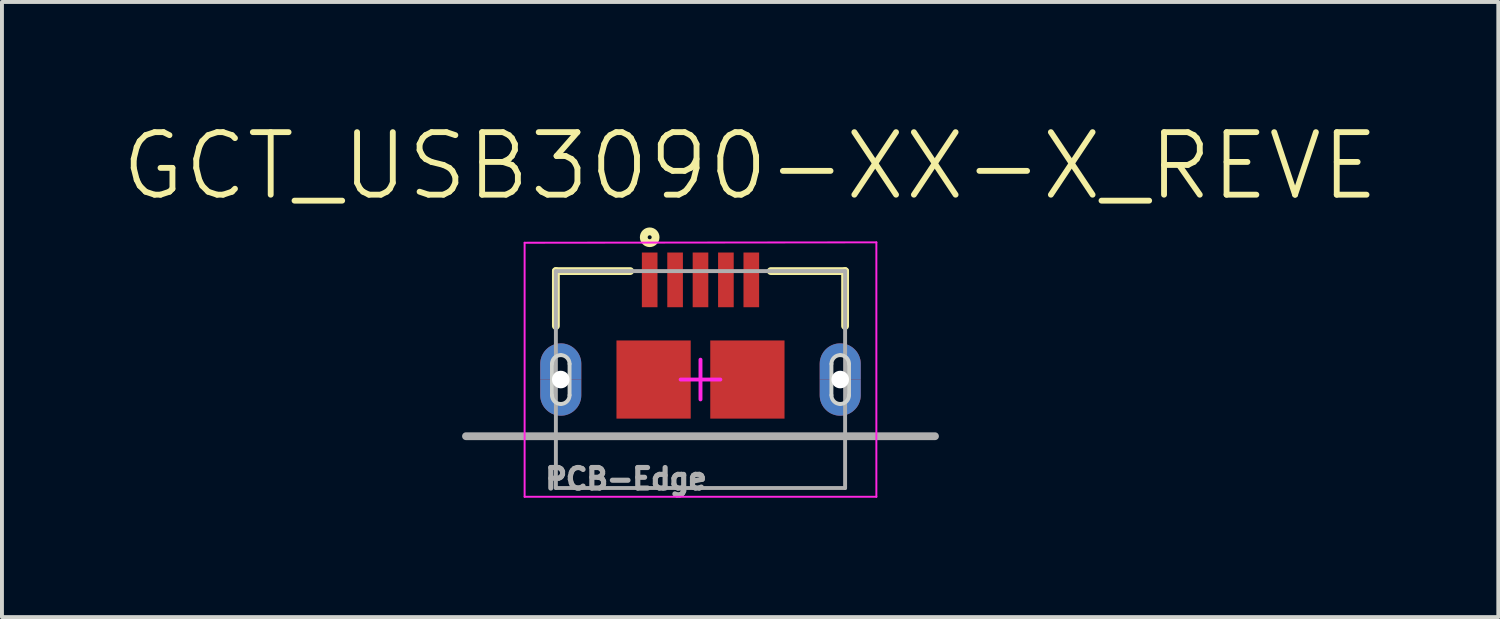
<source format=kicad_pcb>
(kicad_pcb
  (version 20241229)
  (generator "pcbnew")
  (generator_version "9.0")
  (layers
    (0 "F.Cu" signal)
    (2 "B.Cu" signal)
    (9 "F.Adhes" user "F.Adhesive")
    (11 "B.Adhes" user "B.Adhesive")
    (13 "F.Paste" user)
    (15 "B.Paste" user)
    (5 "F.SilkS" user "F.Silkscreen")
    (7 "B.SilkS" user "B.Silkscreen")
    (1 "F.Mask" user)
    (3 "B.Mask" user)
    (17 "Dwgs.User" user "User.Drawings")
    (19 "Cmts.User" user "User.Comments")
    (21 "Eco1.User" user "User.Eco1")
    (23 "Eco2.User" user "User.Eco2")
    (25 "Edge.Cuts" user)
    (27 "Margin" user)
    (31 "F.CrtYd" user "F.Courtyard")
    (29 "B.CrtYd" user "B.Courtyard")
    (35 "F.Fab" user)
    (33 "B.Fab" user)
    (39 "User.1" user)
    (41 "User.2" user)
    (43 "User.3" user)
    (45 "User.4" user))
  (footprint "GCT_USB3090-XX-X_REVE"
    (layer "F.Cu")
    (at 14.873 6.661)
    (property "Reference" "GCT_USB3090-XX-X_REVE" (at 1.27 -5.462 0) (layer "F.SilkS") (effects (font (size 1.6 1.6) (thickness 0.15))))
    (attr through_hole)
    (fp_poly (pts (xy -3.35 0) (xy -3.35 0.4) (xy -3.35 0.412) (xy -3.351 0.424) (xy -3.353 0.435) (xy -3.355 0.447) (xy -3.358 0.458) (xy -3.361 0.47) (xy -3.365 0.481) (xy -3.369 0.492) (xy -3.375 0.502) (xy -3.38 0.512) (xy -3.386 0.523) (xy -3.393 0.532) (xy -3.4 0.542) (xy -3.408 0.551) (xy -3.416 0.559) (xy -3.424 0.567) (xy -3.433 0.575) (xy -3.443 0.582) (xy -3.452 0.589) (xy -3.463 0.595) (xy -3.473 0.6) (xy -3.483 0.606) (xy -3.494 0.61) (xy -3.505 0.614) (xy -3.517 0.617) (xy -3.528 0.62) (xy -3.54 0.622) (xy -3.551 0.624) (xy -3.563 0.625) (xy -3.575 0.625) (xy -3.587 0.625) (xy -3.599 0.624) (xy -3.61 0.622) (xy -3.622 0.62) (xy -3.633 0.617) (xy -3.645 0.614) (xy -3.656 0.61) (xy -3.667 0.606) (xy -3.677 0.6) (xy -3.688 0.595) (xy -3.698 0.589) (xy -3.707 0.582) (xy -3.717 0.575) (xy -3.726 0.567) (xy -3.734 0.559) (xy -3.742 0.551) (xy -3.75 0.542) (xy -3.757 0.532) (xy -3.764 0.523) (xy -3.77 0.513) (xy -3.775 0.502) (xy -3.781 0.492) (xy -3.785 0.481) (xy -3.789 0.47) (xy -3.792 0.458) (xy -3.795 0.447) (xy -3.797 0.435) (xy -3.799 0.424) (xy -3.8 0.412) (xy -3.8 0.4) (xy -3.8 0) (xy -4.1 0) (xy -4.1 0.4) (xy -4.099 0.427) (xy -4.097 0.455) (xy -4.094 0.482) (xy -4.089 0.509) (xy -4.082 0.536) (xy -4.074 0.562) (xy -4.065 0.588) (xy -4.055 0.614) (xy -4.043 0.638) (xy -4.03 0.663) (xy -4.015 0.686) (xy -4 0.709) (xy -3.983 0.73) (xy -3.965 0.751) (xy -3.946 0.771) (xy -3.926 0.79) (xy -3.905 0.808) (xy -3.884 0.825) (xy -3.861 0.84) (xy -3.837 0.855) (xy -3.813 0.868) (xy -3.789 0.88) (xy -3.763 0.89) (xy -3.737 0.899) (xy -3.711 0.907) (xy -3.684 0.914) (xy -3.657 0.919) (xy -3.63 0.922) (xy -3.602 0.924) (xy -3.575 0.925) (xy -3.548 0.924) (xy -3.52 0.922) (xy -3.493 0.919) (xy -3.466 0.914) (xy -3.439 0.907) (xy -3.413 0.899) (xy -3.387 0.89) (xy -3.361 0.88) (xy -3.337 0.868) (xy -3.313 0.855) (xy -3.289 0.84) (xy -3.266 0.825) (xy -3.245 0.808) (xy -3.224 0.79) (xy -3.204 0.771) (xy -3.185 0.751) (xy -3.167 0.73) (xy -3.15 0.709) (xy -3.135 0.686) (xy -3.12 0.662) (xy -3.107 0.638) (xy -3.095 0.614) (xy -3.085 0.588) (xy -3.076 0.562) (xy -3.068 0.536) (xy -3.061 0.509) (xy -3.056 0.482) (xy -3.053 0.455) (xy -3.051 0.427) (xy -3.05 0.4) (xy -3.05 0) (xy -3.35 0)) (stroke (width 0.001) (type solid)) (fill yes) (layer "F.Cu"))
    (fp_poly (pts (xy 3.8 0) (xy 3.8 0.4) (xy 3.8 0.412) (xy 3.799 0.424) (xy 3.797 0.435) (xy 3.795 0.447) (xy 3.792 0.458) (xy 3.789 0.47) (xy 3.785 0.481) (xy 3.781 0.492) (xy 3.775 0.502) (xy 3.77 0.513) (xy 3.764 0.523) (xy 3.757 0.532) (xy 3.75 0.542) (xy 3.742 0.551) (xy 3.734 0.559) (xy 3.726 0.567) (xy 3.717 0.575) (xy 3.707 0.582) (xy 3.698 0.589) (xy 3.688 0.595) (xy 3.677 0.6) (xy 3.667 0.606) (xy 3.656 0.61) (xy 3.645 0.614) (xy 3.633 0.617) (xy 3.622 0.62) (xy 3.61 0.622) (xy 3.599 0.624) (xy 3.587 0.625) (xy 3.575 0.625) (xy 3.563 0.625) (xy 3.551 0.624) (xy 3.54 0.622) (xy 3.528 0.62) (xy 3.517 0.617) (xy 3.505 0.614) (xy 3.494 0.61) (xy 3.483 0.606) (xy 3.473 0.6) (xy 3.463 0.595) (xy 3.452 0.589) (xy 3.443 0.582) (xy 3.433 0.575) (xy 3.424 0.567) (xy 3.416 0.559) (xy 3.408 0.551) (xy 3.4 0.542) (xy 3.393 0.532) (xy 3.386 0.523) (xy 3.38 0.512) (xy 3.375 0.502) (xy 3.369 0.492) (xy 3.365 0.481) (xy 3.361 0.47) (xy 3.358 0.458) (xy 3.355 0.447) (xy 3.353 0.435) (xy 3.351 0.424) (xy 3.35 0.412) (xy 3.35 0.4) (xy 3.35 0) (xy 3.05 0) (xy 3.05 0.4) (xy 3.051 0.427) (xy 3.053 0.455) (xy 3.056 0.482) (xy 3.061 0.509) (xy 3.068 0.536) (xy 3.076 0.562) (xy 3.085 0.588) (xy 3.095 0.614) (xy 3.107 0.638) (xy 3.12 0.662) (xy 3.135 0.686) (xy 3.15 0.709) (xy 3.167 0.73) (xy 3.185 0.751) (xy 3.204 0.771) (xy 3.224 0.79) (xy 3.245 0.808) (xy 3.266 0.825) (xy 3.289 0.84) (xy 3.313 0.855) (xy 3.337 0.868) (xy 3.361 0.88) (xy 3.387 0.89) (xy 3.413 0.899) (xy 3.439 0.907) (xy 3.466 0.914) (xy 3.493 0.919) (xy 3.52 0.922) (xy 3.548 0.924) (xy 3.575 0.925) (xy 3.602 0.924) (xy 3.63 0.922) (xy 3.657 0.919) (xy 3.684 0.914) (xy 3.711 0.907) (xy 3.737 0.899) (xy 3.763 0.89) (xy 3.789 0.88) (xy 3.813 0.868) (xy 3.837 0.855) (xy 3.861 0.84) (xy 3.884 0.825) (xy 3.905 0.808) (xy 3.926 0.79) (xy 3.946 0.771) (xy 3.965 0.751) (xy 3.983 0.73) (xy 4 0.709) (xy 4.015 0.686) (xy 4.03 0.663) (xy 4.043 0.638) (xy 4.055 0.614) (xy 4.065 0.588) (xy 4.074 0.562) (xy 4.082 0.536) (xy 4.089 0.509) (xy 4.094 0.482) (xy 4.097 0.455) (xy 4.099 0.427) (xy 4.1 0.4) (xy 4.1 0) (xy 3.8 0)) (stroke (width 0.001) (type solid)) (fill yes) (layer "F.Cu"))
    (fp_poly (pts (xy -4.306 -1.15) (xy -2.85 -1.15) (xy -2.85 1.152) (xy -4.306 1.152)) (stroke (width 0.01) (type solid)) (fill yes) (layer "F.Mask"))
    (fp_poly (pts (xy 2.855 -1.15) (xy 4.3 -1.15) (xy 4.3 1.152) (xy 2.855 1.152)) (stroke (width 0.01) (type solid)) (fill yes) (layer "F.Mask"))
    (fp_poly (pts (xy -3.8 0) (xy -3.8 -0.4) (xy -3.8 -0.412) (xy -3.799 -0.424) (xy -3.797 -0.435) (xy -3.795 -0.447) (xy -3.792 -0.458) (xy -3.789 -0.47) (xy -3.785 -0.481) (xy -3.781 -0.492) (xy -3.775 -0.502) (xy -3.77 -0.513) (xy -3.764 -0.523) (xy -3.757 -0.532) (xy -3.75 -0.542) (xy -3.742 -0.551) (xy -3.734 -0.559) (xy -3.726 -0.567) (xy -3.717 -0.575) (xy -3.707 -0.582) (xy -3.698 -0.589) (xy -3.688 -0.595) (xy -3.677 -0.6) (xy -3.667 -0.606) (xy -3.656 -0.61) (xy -3.645 -0.614) (xy -3.633 -0.617) (xy -3.622 -0.62) (xy -3.61 -0.622) (xy -3.599 -0.624) (xy -3.587 -0.625) (xy -3.575 -0.625) (xy -3.563 -0.625) (xy -3.551 -0.624) (xy -3.54 -0.622) (xy -3.528 -0.62) (xy -3.517 -0.617) (xy -3.505 -0.614) (xy -3.494 -0.61) (xy -3.483 -0.606) (xy -3.473 -0.6) (xy -3.463 -0.595) (xy -3.452 -0.589) (xy -3.443 -0.582) (xy -3.433 -0.575) (xy -3.424 -0.567) (xy -3.416 -0.559) (xy -3.408 -0.551) (xy -3.4 -0.542) (xy -3.393 -0.532) (xy -3.386 -0.523) (xy -3.38 -0.512) (xy -3.375 -0.502) (xy -3.369 -0.492) (xy -3.365 -0.481) (xy -3.361 -0.47) (xy -3.358 -0.458) (xy -3.355 -0.447) (xy -3.353 -0.435) (xy -3.351 -0.424) (xy -3.35 -0.412) (xy -3.35 -0.4) (xy -3.35 0) (xy -3.05 0) (xy -3.05 -0.4) (xy -3.051 -0.427) (xy -3.053 -0.455) (xy -3.056 -0.482) (xy -3.061 -0.509) (xy -3.068 -0.536) (xy -3.076 -0.562) (xy -3.085 -0.588) (xy -3.095 -0.614) (xy -3.107 -0.638) (xy -3.12 -0.662) (xy -3.135 -0.686) (xy -3.15 -0.709) (xy -3.167 -0.73) (xy -3.185 -0.751) (xy -3.204 -0.771) (xy -3.224 -0.79) (xy -3.245 -0.808) (xy -3.266 -0.825) (xy -3.289 -0.84) (xy -3.313 -0.855) (xy -3.337 -0.868) (xy -3.361 -0.88) (xy -3.387 -0.89) (xy -3.413 -0.899) (xy -3.439 -0.907) (xy -3.466 -0.914) (xy -3.493 -0.919) (xy -3.52 -0.922) (xy -3.548 -0.924) (xy -3.575 -0.925) (xy -3.602 -0.924) (xy -3.63 -0.922) (xy -3.657 -0.919) (xy -3.684 -0.914) (xy -3.711 -0.907) (xy -3.737 -0.899) (xy -3.763 -0.89) (xy -3.789 -0.88) (xy -3.813 -0.868) (xy -3.837 -0.855) (xy -3.861 -0.84) (xy -3.884 -0.825) (xy -3.905 -0.808) (xy -3.926 -0.79) (xy -3.946 -0.771) (xy -3.965 -0.751) (xy -3.983 -0.73) (xy -4 -0.709) (xy -4.015 -0.686) (xy -4.03 -0.663) (xy -4.043 -0.638) (xy -4.055 -0.614) (xy -4.065 -0.588) (xy -4.074 -0.562) (xy -4.082 -0.536) (xy -4.089 -0.509) (xy -4.094 -0.482) (xy -4.097 -0.455) (xy -4.099 -0.427) (xy -4.1 -0.4) (xy -4.1 0) (xy -3.8 0)) (stroke (width 0.001) (type solid)) (fill yes) (layer "B.Cu"))
    (fp_poly (pts (xy -3.35 0) (xy -3.35 0.4) (xy -3.35 0.412) (xy -3.351 0.424) (xy -3.353 0.435) (xy -3.355 0.447) (xy -3.358 0.458) (xy -3.361 0.47) (xy -3.365 0.481) (xy -3.369 0.492) (xy -3.375 0.502) (xy -3.38 0.512) (xy -3.386 0.523) (xy -3.393 0.532) (xy -3.4 0.542) (xy -3.408 0.551) (xy -3.416 0.559) (xy -3.424 0.567) (xy -3.433 0.575) (xy -3.443 0.582) (xy -3.452 0.589) (xy -3.463 0.595) (xy -3.473 0.6) (xy -3.483 0.606) (xy -3.494 0.61) (xy -3.505 0.614) (xy -3.517 0.617) (xy -3.528 0.62) (xy -3.54 0.622) (xy -3.551 0.624) (xy -3.563 0.625) (xy -3.575 0.625) (xy -3.587 0.625) (xy -3.599 0.624) (xy -3.61 0.622) (xy -3.622 0.62) (xy -3.633 0.617) (xy -3.645 0.614) (xy -3.656 0.61) (xy -3.667 0.606) (xy -3.677 0.6) (xy -3.688 0.595) (xy -3.698 0.589) (xy -3.707 0.582) (xy -3.717 0.575) (xy -3.726 0.567) (xy -3.734 0.559) (xy -3.742 0.551) (xy -3.75 0.542) (xy -3.757 0.532) (xy -3.764 0.523) (xy -3.77 0.513) (xy -3.775 0.502) (xy -3.781 0.492) (xy -3.785 0.481) (xy -3.789 0.47) (xy -3.792 0.458) (xy -3.795 0.447) (xy -3.797 0.435) (xy -3.799 0.424) (xy -3.8 0.412) (xy -3.8 0.4) (xy -3.8 0) (xy -4.1 0) (xy -4.1 0.4) (xy -4.099 0.427) (xy -4.097 0.455) (xy -4.094 0.482) (xy -4.089 0.509) (xy -4.082 0.536) (xy -4.074 0.562) (xy -4.065 0.588) (xy -4.055 0.614) (xy -4.043 0.638) (xy -4.03 0.663) (xy -4.015 0.686) (xy -4 0.709) (xy -3.983 0.73) (xy -3.965 0.751) (xy -3.946 0.771) (xy -3.926 0.79) (xy -3.905 0.808) (xy -3.884 0.825) (xy -3.861 0.84) (xy -3.837 0.855) (xy -3.813 0.868) (xy -3.789 0.88) (xy -3.763 0.89) (xy -3.737 0.899) (xy -3.711 0.907) (xy -3.684 0.914) (xy -3.657 0.919) (xy -3.63 0.922) (xy -3.602 0.924) (xy -3.575 0.925) (xy -3.548 0.924) (xy -3.52 0.922) (xy -3.493 0.919) (xy -3.466 0.914) (xy -3.439 0.907) (xy -3.413 0.899) (xy -3.387 0.89) (xy -3.361 0.88) (xy -3.337 0.868) (xy -3.313 0.855) (xy -3.289 0.84) (xy -3.266 0.825) (xy -3.245 0.808) (xy -3.224 0.79) (xy -3.204 0.771) (xy -3.185 0.751) (xy -3.167 0.73) (xy -3.15 0.709) (xy -3.135 0.686) (xy -3.12 0.662) (xy -3.107 0.638) (xy -3.095 0.614) (xy -3.085 0.588) (xy -3.076 0.562) (xy -3.068 0.536) (xy -3.061 0.509) (xy -3.056 0.482) (xy -3.053 0.455) (xy -3.051 0.427) (xy -3.05 0.4) (xy -3.05 0) (xy -3.35 0)) (stroke (width 0.001) (type solid)) (fill yes) (layer "B.Cu"))
    (fp_poly (pts (xy 3.35 0) (xy 3.35 -0.4) (xy 3.35 -0.412) (xy 3.351 -0.424) (xy 3.353 -0.435) (xy 3.355 -0.447) (xy 3.358 -0.458) (xy 3.361 -0.47) (xy 3.365 -0.481) (xy 3.369 -0.492) (xy 3.375 -0.502) (xy 3.38 -0.512) (xy 3.386 -0.523) (xy 3.393 -0.532) (xy 3.4 -0.542) (xy 3.408 -0.551) (xy 3.416 -0.559) (xy 3.424 -0.567) (xy 3.433 -0.575) (xy 3.443 -0.582) (xy 3.452 -0.589) (xy 3.463 -0.595) (xy 3.473 -0.6) (xy 3.483 -0.606) (xy 3.494 -0.61) (xy 3.505 -0.614) (xy 3.517 -0.617) (xy 3.528 -0.62) (xy 3.54 -0.622) (xy 3.551 -0.624) (xy 3.563 -0.625) (xy 3.575 -0.625) (xy 3.587 -0.625) (xy 3.599 -0.624) (xy 3.61 -0.622) (xy 3.622 -0.62) (xy 3.633 -0.617) (xy 3.645 -0.614) (xy 3.656 -0.61) (xy 3.667 -0.606) (xy 3.677 -0.6) (xy 3.688 -0.595) (xy 3.698 -0.589) (xy 3.707 -0.582) (xy 3.717 -0.575) (xy 3.726 -0.567) (xy 3.734 -0.559) (xy 3.742 -0.551) (xy 3.75 -0.542) (xy 3.757 -0.532) (xy 3.764 -0.523) (xy 3.77 -0.513) (xy 3.775 -0.502) (xy 3.781 -0.492) (xy 3.785 -0.481) (xy 3.789 -0.47) (xy 3.792 -0.458) (xy 3.795 -0.447) (xy 3.797 -0.435) (xy 3.799 -0.424) (xy 3.8 -0.412) (xy 3.8 -0.4) (xy 3.8 0) (xy 4.1 0) (xy 4.1 -0.4) (xy 4.099 -0.427) (xy 4.097 -0.455) (xy 4.094 -0.482) (xy 4.089 -0.509) (xy 4.082 -0.536) (xy 4.074 -0.562) (xy 4.065 -0.588) (xy 4.055 -0.614) (xy 4.043 -0.638) (xy 4.03 -0.663) (xy 4.015 -0.686) (xy 4 -0.709) (xy 3.983 -0.73) (xy 3.965 -0.751) (xy 3.946 -0.771) (xy 3.926 -0.79) (xy 3.905 -0.808) (xy 3.884 -0.825) (xy 3.861 -0.84) (xy 3.837 -0.855) (xy 3.813 -0.868) (xy 3.789 -0.88) (xy 3.763 -0.89) (xy 3.737 -0.899) (xy 3.711 -0.907) (xy 3.684 -0.914) (xy 3.657 -0.919) (xy 3.63 -0.922) (xy 3.602 -0.924) (xy 3.575 -0.925) (xy 3.548 -0.924) (xy 3.52 -0.922) (xy 3.493 -0.919) (xy 3.466 -0.914) (xy 3.439 -0.907) (xy 3.413 -0.899) (xy 3.387 -0.89) (xy 3.361 -0.88) (xy 3.337 -0.868) (xy 3.313 -0.855) (xy 3.289 -0.84) (xy 3.266 -0.825) (xy 3.245 -0.808) (xy 3.224 -0.79) (xy 3.204 -0.771) (xy 3.185 -0.751) (xy 3.167 -0.73) (xy 3.15 -0.709) (xy 3.135 -0.686) (xy 3.12 -0.662) (xy 3.107 -0.638) (xy 3.095 -0.614) (xy 3.085 -0.588) (xy 3.076 -0.562) (xy 3.068 -0.536) (xy 3.061 -0.509) (xy 3.056 -0.482) (xy 3.053 -0.455) (xy 3.051 -0.427) (xy 3.05 -0.4) (xy 3.05 0) (xy 3.35 0)) (stroke (width 0.001) (type solid)) (fill yes) (layer "B.Cu"))
    (fp_poly (pts (xy 3.8 0) (xy 3.8 0.4) (xy 3.8 0.412) (xy 3.799 0.424) (xy 3.797 0.435) (xy 3.795 0.447) (xy 3.792 0.458) (xy 3.789 0.47) (xy 3.785 0.481) (xy 3.781 0.492) (xy 3.775 0.502) (xy 3.77 0.513) (xy 3.764 0.523) (xy 3.757 0.532) (xy 3.75 0.542) (xy 3.742 0.551) (xy 3.734 0.559) (xy 3.726 0.567) (xy 3.717 0.575) (xy 3.707 0.582) (xy 3.698 0.589) (xy 3.688 0.595) (xy 3.677 0.6) (xy 3.667 0.606) (xy 3.656 0.61) (xy 3.645 0.614) (xy 3.633 0.617) (xy 3.622 0.62) (xy 3.61 0.622) (xy 3.599 0.624) (xy 3.587 0.625) (xy 3.575 0.625) (xy 3.563 0.625) (xy 3.551 0.624) (xy 3.54 0.622) (xy 3.528 0.62) (xy 3.517 0.617) (xy 3.505 0.614) (xy 3.494 0.61) (xy 3.483 0.606) (xy 3.473 0.6) (xy 3.463 0.595) (xy 3.452 0.589) (xy 3.443 0.582) (xy 3.433 0.575) (xy 3.424 0.567) (xy 3.416 0.559) (xy 3.408 0.551) (xy 3.4 0.542) (xy 3.393 0.532) (xy 3.386 0.523) (xy 3.38 0.512) (xy 3.375 0.502) (xy 3.369 0.492) (xy 3.365 0.481) (xy 3.361 0.47) (xy 3.358 0.458) (xy 3.355 0.447) (xy 3.353 0.435) (xy 3.351 0.424) (xy 3.35 0.412) (xy 3.35 0.4) (xy 3.35 0) (xy 3.05 0) (xy 3.05 0.4) (xy 3.051 0.427) (xy 3.053 0.455) (xy 3.056 0.482) (xy 3.061 0.509) (xy 3.068 0.536) (xy 3.076 0.562) (xy 3.085 0.588) (xy 3.095 0.614) (xy 3.107 0.638) (xy 3.12 0.662) (xy 3.135 0.686) (xy 3.15 0.709) (xy 3.167 0.73) (xy 3.185 0.751) (xy 3.204 0.771) (xy 3.224 0.79) (xy 3.245 0.808) (xy 3.266 0.825) (xy 3.289 0.84) (xy 3.313 0.855) (xy 3.337 0.868) (xy 3.361 0.88) (xy 3.387 0.89) (xy 3.413 0.899) (xy 3.439 0.907) (xy 3.466 0.914) (xy 3.493 0.919) (xy 3.52 0.922) (xy 3.548 0.924) (xy 3.575 0.925) (xy 3.602 0.924) (xy 3.63 0.922) (xy 3.657 0.919) (xy 3.684 0.914) (xy 3.711 0.907) (xy 3.737 0.899) (xy 3.763 0.89) (xy 3.789 0.88) (xy 3.813 0.868) (xy 3.837 0.855) (xy 3.861 0.84) (xy 3.884 0.825) (xy 3.905 0.808) (xy 3.926 0.79) (xy 3.946 0.771) (xy 3.965 0.751) (xy 3.983 0.73) (xy 4 0.709) (xy 4.015 0.686) (xy 4.03 0.663) (xy 4.043 0.638) (xy 4.055 0.614) (xy 4.065 0.588) (xy 4.074 0.562) (xy 4.082 0.536) (xy 4.089 0.509) (xy 4.094 0.482) (xy 4.097 0.455) (xy 4.099 0.427) (xy 4.1 0.4) (xy 4.1 0) (xy 3.8 0)) (stroke (width 0.001) (type solid)) (fill yes) (layer "B.Cu"))
    (fp_poly (pts (xy -4.307 -1.15) (xy -2.85 -1.15) (xy -2.85 1.152) (xy -4.307 1.152)) (stroke (width 0.01) (type solid)) (fill yes) (layer "B.Mask"))
    (fp_poly (pts (xy 2.855 -1.15) (xy 4.3 -1.15) (xy 4.3 1.152) (xy 2.855 1.152)) (stroke (width 0.01) (type solid)) (fill yes) (layer "B.Mask"))
    (fp_line (start -3.7 -2.775) (end -1.8 -2.775) (stroke (width 0.2) (type solid)) (layer "F.SilkS"))
    (fp_line (start -3.7 -1.37) (end -3.7 -2.775) (stroke (width 0.2) (type solid)) (layer "F.SilkS"))
    (fp_line (start 1.8 -2.775) (end 3.7 -2.775) (stroke (width 0.2) (type solid)) (layer "F.SilkS"))
    (fp_line (start 3.7 -1.37) (end 3.7 -2.775) (stroke (width 0.2) (type solid)) (layer "F.SilkS"))
    (fp_circle (center -1.3 -3.64) (end -1.249 -3.64) (stroke (width 0.2) (type solid)) (fill no) (layer "F.SilkS"))
    (fp_poly (pts (xy -3.8 0) (xy -3.8 -0.4) (xy -3.8 -0.412) (xy -3.799 -0.424) (xy -3.797 -0.435) (xy -3.795 -0.447) (xy -3.792 -0.458) (xy -3.789 -0.47) (xy -3.785 -0.481) (xy -3.781 -0.492) (xy -3.775 -0.502) (xy -3.77 -0.513) (xy -3.764 -0.523) (xy -3.757 -0.532) (xy -3.75 -0.542) (xy -3.742 -0.551) (xy -3.734 -0.559) (xy -3.726 -0.567) (xy -3.717 -0.575) (xy -3.707 -0.582) (xy -3.698 -0.589) (xy -3.688 -0.595) (xy -3.677 -0.6) (xy -3.667 -0.606) (xy -3.656 -0.61) (xy -3.645 -0.614) (xy -3.633 -0.617) (xy -3.622 -0.62) (xy -3.61 -0.622) (xy -3.599 -0.624) (xy -3.587 -0.625) (xy -3.575 -0.625) (xy -3.563 -0.625) (xy -3.551 -0.624) (xy -3.54 -0.622) (xy -3.528 -0.62) (xy -3.517 -0.617) (xy -3.505 -0.614) (xy -3.494 -0.61) (xy -3.483 -0.606) (xy -3.473 -0.6) (xy -3.463 -0.595) (xy -3.452 -0.589) (xy -3.443 -0.582) (xy -3.433 -0.575) (xy -3.424 -0.567) (xy -3.416 -0.559) (xy -3.408 -0.551) (xy -3.4 -0.542) (xy -3.393 -0.532) (xy -3.386 -0.523) (xy -3.38 -0.512) (xy -3.375 -0.502) (xy -3.369 -0.492) (xy -3.365 -0.481) (xy -3.361 -0.47) (xy -3.358 -0.458) (xy -3.355 -0.447) (xy -3.353 -0.435) (xy -3.351 -0.424) (xy -3.35 -0.412) (xy -3.35 -0.4) (xy -3.35 0) (xy -3.05 0) (xy -3.05 -0.4) (xy -3.051 -0.427) (xy -3.053 -0.455) (xy -3.056 -0.482) (xy -3.061 -0.509) (xy -3.068 -0.536) (xy -3.076 -0.562) (xy -3.085 -0.588) (xy -3.095 -0.614) (xy -3.107 -0.638) (xy -3.12 -0.662) (xy -3.135 -0.686) (xy -3.15 -0.709) (xy -3.167 -0.73) (xy -3.185 -0.751) (xy -3.204 -0.771) (xy -3.224 -0.79) (xy -3.245 -0.808) (xy -3.266 -0.825) (xy -3.289 -0.84) (xy -3.313 -0.855) (xy -3.337 -0.868) (xy -3.361 -0.88) (xy -3.387 -0.89) (xy -3.413 -0.899) (xy -3.439 -0.907) (xy -3.466 -0.914) (xy -3.493 -0.919) (xy -3.52 -0.922) (xy -3.548 -0.924) (xy -3.575 -0.925) (xy -3.602 -0.924) (xy -3.63 -0.922) (xy -3.657 -0.919) (xy -3.684 -0.914) (xy -3.711 -0.907) (xy -3.737 -0.899) (xy -3.763 -0.89) (xy -3.789 -0.88) (xy -3.813 -0.868) (xy -3.837 -0.855) (xy -3.861 -0.84) (xy -3.884 -0.825) (xy -3.905 -0.808) (xy -3.926 -0.79) (xy -3.946 -0.771) (xy -3.965 -0.751) (xy -3.983 -0.73) (xy -4 -0.709) (xy -4.015 -0.686) (xy -4.03 -0.663) (xy -4.043 -0.638) (xy -4.055 -0.614) (xy -4.065 -0.588) (xy -4.074 -0.562) (xy -4.082 -0.536) (xy -4.089 -0.509) (xy -4.094 -0.482) (xy -4.097 -0.455) (xy -4.099 -0.427) (xy -4.1 -0.4) (xy -4.1 0) (xy -3.8 0)) (stroke (width 0.001) (type solid)) (fill yes) (layer "F.Paste"))
    (fp_poly (pts (xy -3.35 0) (xy -3.35 0.4) (xy -3.35 0.412) (xy -3.351 0.424) (xy -3.353 0.435) (xy -3.355 0.447) (xy -3.358 0.458) (xy -3.361 0.47) (xy -3.365 0.481) (xy -3.369 0.492) (xy -3.375 0.502) (xy -3.38 0.512) (xy -3.386 0.523) (xy -3.393 0.532) (xy -3.4 0.542) (xy -3.408 0.551) (xy -3.416 0.559) (xy -3.424 0.567) (xy -3.433 0.575) (xy -3.443 0.582) (xy -3.452 0.589) (xy -3.463 0.595) (xy -3.473 0.6) (xy -3.483 0.606) (xy -3.494 0.61) (xy -3.505 0.614) (xy -3.517 0.617) (xy -3.528 0.62) (xy -3.54 0.622) (xy -3.551 0.624) (xy -3.563 0.625) (xy -3.575 0.625) (xy -3.587 0.625) (xy -3.599 0.624) (xy -3.61 0.622) (xy -3.622 0.62) (xy -3.633 0.617) (xy -3.645 0.614) (xy -3.656 0.61) (xy -3.667 0.606) (xy -3.677 0.6) (xy -3.688 0.595) (xy -3.698 0.589) (xy -3.707 0.582) (xy -3.717 0.575) (xy -3.726 0.567) (xy -3.734 0.559) (xy -3.742 0.551) (xy -3.75 0.542) (xy -3.757 0.532) (xy -3.764 0.523) (xy -3.77 0.513) (xy -3.775 0.502) (xy -3.781 0.492) (xy -3.785 0.481) (xy -3.789 0.47) (xy -3.792 0.458) (xy -3.795 0.447) (xy -3.797 0.435) (xy -3.799 0.424) (xy -3.8 0.412) (xy -3.8 0.4) (xy -3.8 0) (xy -4.1 0) (xy -4.1 0.4) (xy -4.099 0.427) (xy -4.097 0.455) (xy -4.094 0.482) (xy -4.089 0.509) (xy -4.082 0.536) (xy -4.074 0.562) (xy -4.065 0.588) (xy -4.055 0.614) (xy -4.043 0.638) (xy -4.03 0.663) (xy -4.015 0.686) (xy -4 0.709) (xy -3.983 0.73) (xy -3.965 0.751) (xy -3.946 0.771) (xy -3.926 0.79) (xy -3.905 0.808) (xy -3.884 0.825) (xy -3.861 0.84) (xy -3.837 0.855) (xy -3.813 0.868) (xy -3.789 0.88) (xy -3.763 0.89) (xy -3.737 0.899) (xy -3.711 0.907) (xy -3.684 0.914) (xy -3.657 0.919) (xy -3.63 0.922) (xy -3.602 0.924) (xy -3.575 0.925) (xy -3.548 0.924) (xy -3.52 0.922) (xy -3.493 0.919) (xy -3.466 0.914) (xy -3.439 0.907) (xy -3.413 0.899) (xy -3.387 0.89) (xy -3.361 0.88) (xy -3.337 0.868) (xy -3.313 0.855) (xy -3.289 0.84) (xy -3.266 0.825) (xy -3.245 0.808) (xy -3.224 0.79) (xy -3.204 0.771) (xy -3.185 0.751) (xy -3.167 0.73) (xy -3.15 0.709) (xy -3.135 0.686) (xy -3.12 0.662) (xy -3.107 0.638) (xy -3.095 0.614) (xy -3.085 0.588) (xy -3.076 0.562) (xy -3.068 0.536) (xy -3.061 0.509) (xy -3.056 0.482) (xy -3.053 0.455) (xy -3.051 0.427) (xy -3.05 0.4) (xy -3.05 0) (xy -3.35 0)) (stroke (width 0.001) (type solid)) (fill yes) (layer "F.Paste"))
    (fp_poly (pts (xy 3.35 0) (xy 3.35 -0.4) (xy 3.35 -0.412) (xy 3.351 -0.424) (xy 3.353 -0.435) (xy 3.355 -0.447) (xy 3.358 -0.458) (xy 3.361 -0.47) (xy 3.365 -0.481) (xy 3.369 -0.492) (xy 3.375 -0.502) (xy 3.38 -0.512) (xy 3.386 -0.523) (xy 3.393 -0.532) (xy 3.4 -0.542) (xy 3.408 -0.551) (xy 3.416 -0.559) (xy 3.424 -0.567) (xy 3.433 -0.575) (xy 3.443 -0.582) (xy 3.452 -0.589) (xy 3.463 -0.595) (xy 3.473 -0.6) (xy 3.483 -0.606) (xy 3.494 -0.61) (xy 3.505 -0.614) (xy 3.517 -0.617) (xy 3.528 -0.62) (xy 3.54 -0.622) (xy 3.551 -0.624) (xy 3.563 -0.625) (xy 3.575 -0.625) (xy 3.587 -0.625) (xy 3.599 -0.624) (xy 3.61 -0.622) (xy 3.622 -0.62) (xy 3.633 -0.617) (xy 3.645 -0.614) (xy 3.656 -0.61) (xy 3.667 -0.606) (xy 3.677 -0.6) (xy 3.688 -0.595) (xy 3.698 -0.589) (xy 3.707 -0.582) (xy 3.717 -0.575) (xy 3.726 -0.567) (xy 3.734 -0.559) (xy 3.742 -0.551) (xy 3.75 -0.542) (xy 3.757 -0.532) (xy 3.764 -0.523) (xy 3.77 -0.513) (xy 3.775 -0.502) (xy 3.781 -0.492) (xy 3.785 -0.481) (xy 3.789 -0.47) (xy 3.792 -0.458) (xy 3.795 -0.447) (xy 3.797 -0.435) (xy 3.799 -0.424) (xy 3.8 -0.412) (xy 3.8 -0.4) (xy 3.8 0) (xy 4.1 0) (xy 4.1 -0.4) (xy 4.099 -0.427) (xy 4.097 -0.455) (xy 4.094 -0.482) (xy 4.089 -0.509) (xy 4.082 -0.536) (xy 4.074 -0.562) (xy 4.065 -0.588) (xy 4.055 -0.614) (xy 4.043 -0.638) (xy 4.03 -0.663) (xy 4.015 -0.686) (xy 4 -0.709) (xy 3.983 -0.73) (xy 3.965 -0.751) (xy 3.946 -0.771) (xy 3.926 -0.79) (xy 3.905 -0.808) (xy 3.884 -0.825) (xy 3.861 -0.84) (xy 3.837 -0.855) (xy 3.813 -0.868) (xy 3.789 -0.88) (xy 3.763 -0.89) (xy 3.737 -0.899) (xy 3.711 -0.907) (xy 3.684 -0.914) (xy 3.657 -0.919) (xy 3.63 -0.922) (xy 3.602 -0.924) (xy 3.575 -0.925) (xy 3.548 -0.924) (xy 3.52 -0.922) (xy 3.493 -0.919) (xy 3.466 -0.914) (xy 3.439 -0.907) (xy 3.413 -0.899) (xy 3.387 -0.89) (xy 3.361 -0.88) (xy 3.337 -0.868) (xy 3.313 -0.855) (xy 3.289 -0.84) (xy 3.266 -0.825) (xy 3.245 -0.808) (xy 3.224 -0.79) (xy 3.204 -0.771) (xy 3.185 -0.751) (xy 3.167 -0.73) (xy 3.15 -0.709) (xy 3.135 -0.686) (xy 3.12 -0.662) (xy 3.107 -0.638) (xy 3.095 -0.614) (xy 3.085 -0.588) (xy 3.076 -0.562) (xy 3.068 -0.536) (xy 3.061 -0.509) (xy 3.056 -0.482) (xy 3.053 -0.455) (xy 3.051 -0.427) (xy 3.05 -0.4) (xy 3.05 0) (xy 3.35 0)) (stroke (width 0.001) (type solid)) (fill yes) (layer "F.Paste"))
    (fp_poly (pts (xy 3.8 0) (xy 3.8 0.4) (xy 3.8 0.412) (xy 3.799 0.424) (xy 3.797 0.435) (xy 3.795 0.447) (xy 3.792 0.458) (xy 3.789 0.47) (xy 3.785 0.481) (xy 3.781 0.492) (xy 3.775 0.502) (xy 3.77 0.513) (xy 3.764 0.523) (xy 3.757 0.532) (xy 3.75 0.542) (xy 3.742 0.551) (xy 3.734 0.559) (xy 3.726 0.567) (xy 3.717 0.575) (xy 3.707 0.582) (xy 3.698 0.589) (xy 3.688 0.595) (xy 3.677 0.6) (xy 3.667 0.606) (xy 3.656 0.61) (xy 3.645 0.614) (xy 3.633 0.617) (xy 3.622 0.62) (xy 3.61 0.622) (xy 3.599 0.624) (xy 3.587 0.625) (xy 3.575 0.625) (xy 3.563 0.625) (xy 3.551 0.624) (xy 3.54 0.622) (xy 3.528 0.62) (xy 3.517 0.617) (xy 3.505 0.614) (xy 3.494 0.61) (xy 3.483 0.606) (xy 3.473 0.6) (xy 3.463 0.595) (xy 3.452 0.589) (xy 3.443 0.582) (xy 3.433 0.575) (xy 3.424 0.567) (xy 3.416 0.559) (xy 3.408 0.551) (xy 3.4 0.542) (xy 3.393 0.532) (xy 3.386 0.523) (xy 3.38 0.512) (xy 3.375 0.502) (xy 3.369 0.492) (xy 3.365 0.481) (xy 3.361 0.47) (xy 3.358 0.458) (xy 3.355 0.447) (xy 3.353 0.435) (xy 3.351 0.424) (xy 3.35 0.412) (xy 3.35 0.4) (xy 3.35 0) (xy 3.05 0) (xy 3.05 0.4) (xy 3.051 0.427) (xy 3.053 0.455) (xy 3.056 0.482) (xy 3.061 0.509) (xy 3.068 0.536) (xy 3.076 0.562) (xy 3.085 0.588) (xy 3.095 0.614) (xy 3.107 0.638) (xy 3.12 0.662) (xy 3.135 0.686) (xy 3.15 0.709) (xy 3.167 0.73) (xy 3.185 0.751) (xy 3.204 0.771) (xy 3.224 0.79) (xy 3.245 0.808) (xy 3.266 0.825) (xy 3.289 0.84) (xy 3.313 0.855) (xy 3.337 0.868) (xy 3.361 0.88) (xy 3.387 0.89) (xy 3.413 0.899) (xy 3.439 0.907) (xy 3.466 0.914) (xy 3.493 0.919) (xy 3.52 0.922) (xy 3.548 0.924) (xy 3.575 0.925) (xy 3.602 0.924) (xy 3.63 0.922) (xy 3.657 0.919) (xy 3.684 0.914) (xy 3.711 0.907) (xy 3.737 0.899) (xy 3.763 0.89) (xy 3.789 0.88) (xy 3.813 0.868) (xy 3.837 0.855) (xy 3.861 0.84) (xy 3.884 0.825) (xy 3.905 0.808) (xy 3.926 0.79) (xy 3.946 0.771) (xy 3.965 0.751) (xy 3.983 0.73) (xy 4 0.709) (xy 4.015 0.686) (xy 4.03 0.663) (xy 4.043 0.638) (xy 4.055 0.614) (xy 4.065 0.588) (xy 4.074 0.562) (xy 4.082 0.536) (xy 4.089 0.509) (xy 4.094 0.482) (xy 4.097 0.455) (xy 4.099 0.427) (xy 4.1 0.4) (xy 4.1 0) (xy 3.8 0)) (stroke (width 0.001) (type solid)) (fill yes) (layer "F.Paste"))
    (fp_poly (pts (xy -3.8 0) (xy -3.8 -0.4) (xy -3.8 -0.412) (xy -3.799 -0.424) (xy -3.797 -0.435) (xy -3.795 -0.447) (xy -3.792 -0.458) (xy -3.789 -0.47) (xy -3.785 -0.481) (xy -3.781 -0.492) (xy -3.775 -0.502) (xy -3.77 -0.513) (xy -3.764 -0.523) (xy -3.757 -0.532) (xy -3.75 -0.542) (xy -3.742 -0.551) (xy -3.734 -0.559) (xy -3.726 -0.567) (xy -3.717 -0.575) (xy -3.707 -0.582) (xy -3.698 -0.589) (xy -3.688 -0.595) (xy -3.677 -0.6) (xy -3.667 -0.606) (xy -3.656 -0.61) (xy -3.645 -0.614) (xy -3.633 -0.617) (xy -3.622 -0.62) (xy -3.61 -0.622) (xy -3.599 -0.624) (xy -3.587 -0.625) (xy -3.575 -0.625) (xy -3.563 -0.625) (xy -3.551 -0.624) (xy -3.54 -0.622) (xy -3.528 -0.62) (xy -3.517 -0.617) (xy -3.505 -0.614) (xy -3.494 -0.61) (xy -3.483 -0.606) (xy -3.473 -0.6) (xy -3.463 -0.595) (xy -3.452 -0.589) (xy -3.443 -0.582) (xy -3.433 -0.575) (xy -3.424 -0.567) (xy -3.416 -0.559) (xy -3.408 -0.551) (xy -3.4 -0.542) (xy -3.393 -0.532) (xy -3.386 -0.523) (xy -3.38 -0.512) (xy -3.375 -0.502) (xy -3.369 -0.492) (xy -3.365 -0.481) (xy -3.361 -0.47) (xy -3.358 -0.458) (xy -3.355 -0.447) (xy -3.353 -0.435) (xy -3.351 -0.424) (xy -3.35 -0.412) (xy -3.35 -0.4) (xy -3.35 0) (xy -3.05 0) (xy -3.05 -0.4) (xy -3.051 -0.427) (xy -3.053 -0.455) (xy -3.056 -0.482) (xy -3.061 -0.509) (xy -3.068 -0.536) (xy -3.076 -0.562) (xy -3.085 -0.588) (xy -3.095 -0.614) (xy -3.107 -0.638) (xy -3.12 -0.662) (xy -3.135 -0.686) (xy -3.15 -0.709) (xy -3.167 -0.73) (xy -3.185 -0.751) (xy -3.204 -0.771) (xy -3.224 -0.79) (xy -3.245 -0.808) (xy -3.266 -0.825) (xy -3.289 -0.84) (xy -3.313 -0.855) (xy -3.337 -0.868) (xy -3.361 -0.88) (xy -3.387 -0.89) (xy -3.413 -0.899) (xy -3.439 -0.907) (xy -3.466 -0.914) (xy -3.493 -0.919) (xy -3.52 -0.922) (xy -3.548 -0.924) (xy -3.575 -0.925) (xy -3.602 -0.924) (xy -3.63 -0.922) (xy -3.657 -0.919) (xy -3.684 -0.914) (xy -3.711 -0.907) (xy -3.737 -0.899) (xy -3.763 -0.89) (xy -3.789 -0.88) (xy -3.813 -0.868) (xy -3.837 -0.855) (xy -3.861 -0.84) (xy -3.884 -0.825) (xy -3.905 -0.808) (xy -3.926 -0.79) (xy -3.946 -0.771) (xy -3.965 -0.751) (xy -3.983 -0.73) (xy -4 -0.709) (xy -4.015 -0.686) (xy -4.03 -0.663) (xy -4.043 -0.638) (xy -4.055 -0.614) (xy -4.065 -0.588) (xy -4.074 -0.562) (xy -4.082 -0.536) (xy -4.089 -0.509) (xy -4.094 -0.482) (xy -4.097 -0.455) (xy -4.099 -0.427) (xy -4.1 -0.4) (xy -4.1 0) (xy -3.8 0)) (stroke (width 0.001) (type solid)) (fill yes) (layer "B.Paste"))
    (fp_poly (pts (xy -3.35 0) (xy -3.35 0.4) (xy -3.35 0.412) (xy -3.351 0.424) (xy -3.353 0.435) (xy -3.355 0.447) (xy -3.358 0.458) (xy -3.361 0.47) (xy -3.365 0.481) (xy -3.369 0.492) (xy -3.375 0.502) (xy -3.38 0.512) (xy -3.386 0.523) (xy -3.393 0.532) (xy -3.4 0.542) (xy -3.408 0.551) (xy -3.416 0.559) (xy -3.424 0.567) (xy -3.433 0.575) (xy -3.443 0.582) (xy -3.452 0.589) (xy -3.463 0.595) (xy -3.473 0.6) (xy -3.483 0.606) (xy -3.494 0.61) (xy -3.505 0.614) (xy -3.517 0.617) (xy -3.528 0.62) (xy -3.54 0.622) (xy -3.551 0.624) (xy -3.563 0.625) (xy -3.575 0.625) (xy -3.587 0.625) (xy -3.599 0.624) (xy -3.61 0.622) (xy -3.622 0.62) (xy -3.633 0.617) (xy -3.645 0.614) (xy -3.656 0.61) (xy -3.667 0.606) (xy -3.677 0.6) (xy -3.688 0.595) (xy -3.698 0.589) (xy -3.707 0.582) (xy -3.717 0.575) (xy -3.726 0.567) (xy -3.734 0.559) (xy -3.742 0.551) (xy -3.75 0.542) (xy -3.757 0.532) (xy -3.764 0.523) (xy -3.77 0.513) (xy -3.775 0.502) (xy -3.781 0.492) (xy -3.785 0.481) (xy -3.789 0.47) (xy -3.792 0.458) (xy -3.795 0.447) (xy -3.797 0.435) (xy -3.799 0.424) (xy -3.8 0.412) (xy -3.8 0.4) (xy -3.8 0) (xy -4.1 0) (xy -4.1 0.4) (xy -4.099 0.427) (xy -4.097 0.455) (xy -4.094 0.482) (xy -4.089 0.509) (xy -4.082 0.536) (xy -4.074 0.562) (xy -4.065 0.588) (xy -4.055 0.614) (xy -4.043 0.638) (xy -4.03 0.663) (xy -4.015 0.686) (xy -4 0.709) (xy -3.983 0.73) (xy -3.965 0.751) (xy -3.946 0.771) (xy -3.926 0.79) (xy -3.905 0.808) (xy -3.884 0.825) (xy -3.861 0.84) (xy -3.837 0.855) (xy -3.813 0.868) (xy -3.789 0.88) (xy -3.763 0.89) (xy -3.737 0.899) (xy -3.711 0.907) (xy -3.684 0.914) (xy -3.657 0.919) (xy -3.63 0.922) (xy -3.602 0.924) (xy -3.575 0.925) (xy -3.548 0.924) (xy -3.52 0.922) (xy -3.493 0.919) (xy -3.466 0.914) (xy -3.439 0.907) (xy -3.413 0.899) (xy -3.387 0.89) (xy -3.361 0.88) (xy -3.337 0.868) (xy -3.313 0.855) (xy -3.289 0.84) (xy -3.266 0.825) (xy -3.245 0.808) (xy -3.224 0.79) (xy -3.204 0.771) (xy -3.185 0.751) (xy -3.167 0.73) (xy -3.15 0.709) (xy -3.135 0.686) (xy -3.12 0.662) (xy -3.107 0.638) (xy -3.095 0.614) (xy -3.085 0.588) (xy -3.076 0.562) (xy -3.068 0.536) (xy -3.061 0.509) (xy -3.056 0.482) (xy -3.053 0.455) (xy -3.051 0.427) (xy -3.05 0.4) (xy -3.05 0) (xy -3.35 0)) (stroke (width 0.001) (type solid)) (fill yes) (layer "B.Paste"))
    (fp_poly (pts (xy 3.35 0) (xy 3.35 -0.4) (xy 3.35 -0.412) (xy 3.351 -0.424) (xy 3.353 -0.435) (xy 3.355 -0.447) (xy 3.358 -0.458) (xy 3.361 -0.47) (xy 3.365 -0.481) (xy 3.369 -0.492) (xy 3.375 -0.502) (xy 3.38 -0.512) (xy 3.386 -0.523) (xy 3.393 -0.532) (xy 3.4 -0.542) (xy 3.408 -0.551) (xy 3.416 -0.559) (xy 3.424 -0.567) (xy 3.433 -0.575) (xy 3.443 -0.582) (xy 3.452 -0.589) (xy 3.463 -0.595) (xy 3.473 -0.6) (xy 3.483 -0.606) (xy 3.494 -0.61) (xy 3.505 -0.614) (xy 3.517 -0.617) (xy 3.528 -0.62) (xy 3.54 -0.622) (xy 3.551 -0.624) (xy 3.563 -0.625) (xy 3.575 -0.625) (xy 3.587 -0.625) (xy 3.599 -0.624) (xy 3.61 -0.622) (xy 3.622 -0.62) (xy 3.633 -0.617) (xy 3.645 -0.614) (xy 3.656 -0.61) (xy 3.667 -0.606) (xy 3.677 -0.6) (xy 3.688 -0.595) (xy 3.698 -0.589) (xy 3.707 -0.582) (xy 3.717 -0.575) (xy 3.726 -0.567) (xy 3.734 -0.559) (xy 3.742 -0.551) (xy 3.75 -0.542) (xy 3.757 -0.532) (xy 3.764 -0.523) (xy 3.77 -0.513) (xy 3.775 -0.502) (xy 3.781 -0.492) (xy 3.785 -0.481) (xy 3.789 -0.47) (xy 3.792 -0.458) (xy 3.795 -0.447) (xy 3.797 -0.435) (xy 3.799 -0.424) (xy 3.8 -0.412) (xy 3.8 -0.4) (xy 3.8 0) (xy 4.1 0) (xy 4.1 -0.4) (xy 4.099 -0.427) (xy 4.097 -0.455) (xy 4.094 -0.482) (xy 4.089 -0.509) (xy 4.082 -0.536) (xy 4.074 -0.562) (xy 4.065 -0.588) (xy 4.055 -0.614) (xy 4.043 -0.638) (xy 4.03 -0.663) (xy 4.015 -0.686) (xy 4 -0.709) (xy 3.983 -0.73) (xy 3.965 -0.751) (xy 3.946 -0.771) (xy 3.926 -0.79) (xy 3.905 -0.808) (xy 3.884 -0.825) (xy 3.861 -0.84) (xy 3.837 -0.855) (xy 3.813 -0.868) (xy 3.789 -0.88) (xy 3.763 -0.89) (xy 3.737 -0.899) (xy 3.711 -0.907) (xy 3.684 -0.914) (xy 3.657 -0.919) (xy 3.63 -0.922) (xy 3.602 -0.924) (xy 3.575 -0.925) (xy 3.548 -0.924) (xy 3.52 -0.922) (xy 3.493 -0.919) (xy 3.466 -0.914) (xy 3.439 -0.907) (xy 3.413 -0.899) (xy 3.387 -0.89) (xy 3.361 -0.88) (xy 3.337 -0.868) (xy 3.313 -0.855) (xy 3.289 -0.84) (xy 3.266 -0.825) (xy 3.245 -0.808) (xy 3.224 -0.79) (xy 3.204 -0.771) (xy 3.185 -0.751) (xy 3.167 -0.73) (xy 3.15 -0.709) (xy 3.135 -0.686) (xy 3.12 -0.662) (xy 3.107 -0.638) (xy 3.095 -0.614) (xy 3.085 -0.588) (xy 3.076 -0.562) (xy 3.068 -0.536) (xy 3.061 -0.509) (xy 3.056 -0.482) (xy 3.053 -0.455) (xy 3.051 -0.427) (xy 3.05 -0.4) (xy 3.05 0) (xy 3.35 0)) (stroke (width 0.001) (type solid)) (fill yes) (layer "B.Paste"))
    (fp_poly (pts (xy 3.8 0) (xy 3.8 0.4) (xy 3.8 0.412) (xy 3.799 0.424) (xy 3.797 0.435) (xy 3.795 0.447) (xy 3.792 0.458) (xy 3.789 0.47) (xy 3.785 0.481) (xy 3.781 0.492) (xy 3.775 0.502) (xy 3.77 0.513) (xy 3.764 0.523) (xy 3.757 0.532) (xy 3.75 0.542) (xy 3.742 0.551) (xy 3.734 0.559) (xy 3.726 0.567) (xy 3.717 0.575) (xy 3.707 0.582) (xy 3.698 0.589) (xy 3.688 0.595) (xy 3.677 0.6) (xy 3.667 0.606) (xy 3.656 0.61) (xy 3.645 0.614) (xy 3.633 0.617) (xy 3.622 0.62) (xy 3.61 0.622) (xy 3.599 0.624) (xy 3.587 0.625) (xy 3.575 0.625) (xy 3.563 0.625) (xy 3.551 0.624) (xy 3.54 0.622) (xy 3.528 0.62) (xy 3.517 0.617) (xy 3.505 0.614) (xy 3.494 0.61) (xy 3.483 0.606) (xy 3.473 0.6) (xy 3.463 0.595) (xy 3.452 0.589) (xy 3.443 0.582) (xy 3.433 0.575) (xy 3.424 0.567) (xy 3.416 0.559) (xy 3.408 0.551) (xy 3.4 0.542) (xy 3.393 0.532) (xy 3.386 0.523) (xy 3.38 0.512) (xy 3.375 0.502) (xy 3.369 0.492) (xy 3.365 0.481) (xy 3.361 0.47) (xy 3.358 0.458) (xy 3.355 0.447) (xy 3.353 0.435) (xy 3.351 0.424) (xy 3.35 0.412) (xy 3.35 0.4) (xy 3.35 0) (xy 3.05 0) (xy 3.05 0.4) (xy 3.051 0.427) (xy 3.053 0.455) (xy 3.056 0.482) (xy 3.061 0.509) (xy 3.068 0.536) (xy 3.076 0.562) (xy 3.085 0.588) (xy 3.095 0.614) (xy 3.107 0.638) (xy 3.12 0.662) (xy 3.135 0.686) (xy 3.15 0.709) (xy 3.167 0.73) (xy 3.185 0.751) (xy 3.204 0.771) (xy 3.224 0.79) (xy 3.245 0.808) (xy 3.266 0.825) (xy 3.289 0.84) (xy 3.313 0.855) (xy 3.337 0.868) (xy 3.361 0.88) (xy 3.387 0.89) (xy 3.413 0.899) (xy 3.439 0.907) (xy 3.466 0.914) (xy 3.493 0.919) (xy 3.52 0.922) (xy 3.548 0.924) (xy 3.575 0.925) (xy 3.602 0.924) (xy 3.63 0.922) (xy 3.657 0.919) (xy 3.684 0.914) (xy 3.711 0.907) (xy 3.737 0.899) (xy 3.763 0.89) (xy 3.789 0.88) (xy 3.813 0.868) (xy 3.837 0.855) (xy 3.861 0.84) (xy 3.884 0.825) (xy 3.905 0.808) (xy 3.926 0.79) (xy 3.946 0.771) (xy 3.965 0.751) (xy 3.983 0.73) (xy 4 0.709) (xy 4.015 0.686) (xy 4.03 0.663) (xy 4.043 0.638) (xy 4.055 0.614) (xy 4.065 0.588) (xy 4.074 0.562) (xy 4.082 0.536) (xy 4.089 0.509) (xy 4.094 0.482) (xy 4.097 0.455) (xy 4.099 0.427) (xy 4.1 0.4) (xy 4.1 0) (xy 3.8 0)) (stroke (width 0.001) (type solid)) (fill yes) (layer "B.Paste"))
    (fp_line (start -3.8 0.4) (end -3.8 -0.4) (stroke (width 0.1) (type solid)) (layer "Edge.Cuts"))
    (fp_line (start -3.35 -0.4) (end -3.35 0.4) (stroke (width 0.1) (type solid)) (layer "Edge.Cuts"))
    (fp_line (start 3.35 0.4) (end 3.35 -0.4) (stroke (width 0.1) (type solid)) (layer "Edge.Cuts"))
    (fp_line (start 3.8 -0.4) (end 3.8 0.4) (stroke (width 0.1) (type solid)) (layer "Edge.Cuts"))
    (fp_arc (start -3.8 -0.4) (mid -3.734099 -0.559099) (end -3.575 -0.625) (stroke (width 0.1) (type solid)) (layer "Edge.Cuts"))
    (fp_arc (start -3.575 -0.625) (mid -3.415901 -0.559099) (end -3.35 -0.4) (stroke (width 0.1) (type solid)) (layer "Edge.Cuts"))
    (fp_arc (start -3.575 0.625) (mid -3.734099 0.559099) (end -3.8 0.4) (stroke (width 0.1) (type solid)) (layer "Edge.Cuts"))
    (fp_arc (start -3.35 0.4) (mid -3.415901 0.559099) (end -3.575 0.625) (stroke (width 0.1) (type solid)) (layer "Edge.Cuts"))
    (fp_arc (start 3.35 -0.4) (mid 3.415901 -0.559099) (end 3.575 -0.625) (stroke (width 0.1) (type solid)) (layer "Edge.Cuts"))
    (fp_arc (start 3.575 -0.625) (mid 3.734099 -0.559099) (end 3.8 -0.4) (stroke (width 0.1) (type solid)) (layer "Edge.Cuts"))
    (fp_arc (start 3.575 0.625) (mid 3.415901 0.559099) (end 3.35 0.4) (stroke (width 0.1) (type solid)) (layer "Edge.Cuts"))
    (fp_arc (start 3.8 0.4) (mid 3.734099 0.559099) (end 3.575 0.625) (stroke (width 0.1) (type solid)) (layer "Edge.Cuts"))
    (fp_line (start -4.5 -3.5) (end 4.5 -3.51) (stroke (width 0.05) (type solid)) (layer "F.CrtYd"))
    (fp_line (start -4.5 3) (end -4.5 -3.5) (stroke (width 0.05) (type solid)) (layer "F.CrtYd"))
    (fp_line (start -4.5 3) (end 4.5 3) (stroke (width 0.05) (type solid)) (layer "F.CrtYd"))
    (fp_line (start -0.508 0) (end 0.508 0) (stroke (width 0.1) (type solid)) (layer "F.CrtYd"))
    (fp_line (start 0 0.508) (end 0 -0.508) (stroke (width 0.1) (type solid)) (layer "F.CrtYd"))
    (fp_line (start 4.5 3) (end 4.5 -3.51) (stroke (width 0.05) (type solid)) (layer "F.CrtYd"))
    (fp_line (start -6 1.45) (end 6 1.45) (stroke (width 0.2) (type solid)) (layer "F.Fab"))
    (fp_line (start -3.7 -2.775) (end 3.7 -2.775) (stroke (width 0.1) (type solid)) (layer "F.Fab"))
    (fp_line (start -3.7 2.775) (end -3.7 -2.775) (stroke (width 0.1) (type solid)) (layer "F.Fab"))
    (fp_line (start -3.7 2.775) (end 3.7 2.775) (stroke (width 0.1) (type solid)) (layer "F.Fab"))
    (fp_line (start 3.7 2.775) (end 3.7 -2.775) (stroke (width 0.1) (type solid)) (layer "F.Fab"))
    (fp_text user "PCB-Edge" (at -1.905 2.54 0) (layer "F.Fab") (effects (font (size 0.525 0.525) (thickness 0.15))))
    (pad "" np_thru_hole circle (at -3.575 0) (size 0.45 0.45) (drill 0.45) (layers "*.Cu" "*.Mask"))
    (pad "" np_thru_hole circle (at 3.575 0) (size 0.45 0.45) (drill 0.45) (layers "*.Cu" "*.Mask"))
    (pad "1" smd rect (at -1.3 -2.55) (size 0.4 1.4) (layers "F.Cu" "F.Mask" "F.Paste"))
    (pad "2" smd rect (at -0.65 -2.55) (size 0.4 1.4) (layers "F.Cu" "F.Mask" "F.Paste"))
    (pad "3" smd rect (at 0 -2.55) (size 0.4 1.4) (layers "F.Cu" "F.Mask" "F.Paste"))
    (pad "4" smd rect (at 0.65 -2.55) (size 0.4 1.4) (layers "F.Cu" "F.Mask" "F.Paste"))
    (pad "5" smd rect (at 1.3 -2.55) (size 0.4 1.4) (layers "F.Cu" "F.Mask" "F.Paste"))
    (pad "6" smd custom (at -3.87 -0.63) (size 0.1 0.1) (layers "F.Cu") (options (anchor rect)) (primitives (gr_poly (pts (xy 0.322 -0.294) (xy 0.35 -0.292) (xy 0.377 -0.289) (xy 0.404 -0.284) (xy 0.431 -0.277) (xy 0.457 -0.269) (xy 0.483 -0.26) (xy 0.509 -0.25) (xy 0.533 -0.238) (xy 0.557 -0.225) (xy 0.581 -0.21) (xy 0.604 -0.195) (xy 0.625 -0.178) (xy 0.646 -0.16) (xy 0.666 -0.141) (xy 0.685 -0.121) (xy 0.703 -0.1) (xy 0.72 -0.079) (xy 0.735 -0.056) (xy 0.75 -0.032) (xy 0.763 -0.008) (xy 0.775 0.016) (xy 0.785 0.042) (xy 0.794 0.068) (xy 0.802 0.094) (xy 0.809 0.121) (xy 0.814 0.148) (xy 0.817 0.175) (xy 0.819 0.203) (xy 0.82 0.23) (xy 0.82 0.63) (xy 0.52 0.63) (xy 0.52 0.218) (xy 0.519 0.206) (xy 0.517 0.195) (xy 0.515 0.183) (xy 0.512 0.172) (xy 0.509 0.16) (xy 0.501 0.138) (xy 0.495 0.128) (xy 0.49 0.118) (xy 0.484 0.107) (xy 0.477 0.098) (xy 0.47 0.088) (xy 0.462 0.079) (xy 0.446 0.063) (xy 0.437 0.055) (xy 0.427 0.048) (xy 0.418 0.041) (xy 0.407 0.035) (xy 0.397 0.03) (xy 0.387 0.024) (xy 0.365 0.016) (xy 0.353 0.013) (xy 0.342 0.01) (xy 0.33 0.008) (xy 0.319 0.006) (xy 0.307 0.005) (xy 0.283 0.005) (xy 0.271 0.006) (xy 0.26 0.008) (xy 0.248 0.01) (xy 0.237 0.013) (xy 0.225 0.016) (xy 0.203 0.024) (xy 0.193 0.03) (xy 0.182 0.035) (xy 0.172 0.041) (xy 0.163 0.048) (xy 0.153 0.055) (xy 0.144 0.063) (xy 0.128 0.079) (xy 0.12 0.088) (xy 0.113 0.098) (xy 0.106 0.107) (xy 0.1 0.117) (xy 0.095 0.128) (xy 0.089 0.138) (xy 0.081 0.16) (xy 0.078 0.172) (xy 0.075 0.183) (xy 0.073 0.195) (xy 0.071 0.206) (xy 0.07 0.218) (xy 0.07 0.63) (xy -0.23 0.63) (xy -0.23 0.23) (xy -0.229 0.203) (xy -0.227 0.175) (xy -0.224 0.148) (xy -0.219 0.121) (xy -0.212 0.094) (xy -0.204 0.068) (xy -0.195 0.042) (xy -0.185 0.016) (xy -0.173 -0.008) (xy -0.16 -0.033) (xy -0.13 -0.079) (xy -0.113 -0.1) (xy -0.095 -0.121) (xy -0.076 -0.141) (xy -0.056 -0.16) (xy -0.035 -0.178) (xy -0.014 -0.195) (xy 0.009 -0.21) (xy 0.033 -0.225) (xy 0.057 -0.238) (xy 0.081 -0.25) (xy 0.107 -0.26) (xy 0.133 -0.269) (xy 0.159 -0.277) (xy 0.186 -0.284) (xy 0.213 -0.289) (xy 0.24 -0.292) (xy 0.268 -0.294) (xy 0.295 -0.295)) (width 0.001) (fill yes))))
    (pad "7" smd custom (at 3.51 -0.72) (size 0.1 0.1) (layers "F.Cu") (options (anchor rect)) (primitives (gr_poly (pts (xy 0.092 -0.204) (xy 0.12 -0.202) (xy 0.147 -0.199) (xy 0.174 -0.194) (xy 0.201 -0.187) (xy 0.227 -0.179) (xy 0.253 -0.17) (xy 0.279 -0.16) (xy 0.303 -0.148) (xy 0.327 -0.135) (xy 0.351 -0.12) (xy 0.374 -0.105) (xy 0.395 -0.088) (xy 0.416 -0.07) (xy 0.436 -0.051) (xy 0.455 -0.031) (xy 0.473 -0.01) (xy 0.49 0.011) (xy 0.52 0.057) (xy 0.533 0.082) (xy 0.545 0.106) (xy 0.555 0.132) (xy 0.564 0.158) (xy 0.572 0.184) (xy 0.579 0.211) (xy 0.584 0.238) (xy 0.587 0.265) (xy 0.589 0.293) (xy 0.59 0.32) (xy 0.59 0.72) (xy 0.29 0.72) (xy 0.29 0.308) (xy 0.289 0.296) (xy 0.287 0.285) (xy 0.285 0.273) (xy 0.282 0.262) (xy 0.279 0.25) (xy 0.271 0.228) (xy 0.265 0.218) (xy 0.26 0.207) (xy 0.254 0.197) (xy 0.247 0.188) (xy 0.24 0.178) (xy 0.232 0.169) (xy 0.216 0.153) (xy 0.207 0.145) (xy 0.197 0.138) (xy 0.188 0.131) (xy 0.178 0.125) (xy 0.167 0.12) (xy 0.157 0.114) (xy 0.135 0.106) (xy 0.123 0.103) (xy 0.112 0.1) (xy 0.1 0.098) (xy 0.089 0.096) (xy 0.077 0.095) (xy 0.053 0.095) (xy 0.041 0.096) (xy 0.03 0.098) (xy 0.018 0.1) (xy 0.007 0.103) (xy -0.005 0.106) (xy -0.027 0.114) (xy -0.037 0.12) (xy -0.047 0.125) (xy -0.058 0.131) (xy -0.067 0.138) (xy -0.077 0.145) (xy -0.086 0.153) (xy -0.102 0.169) (xy -0.11 0.178) (xy -0.117 0.188) (xy -0.124 0.197) (xy -0.13 0.208) (xy -0.135 0.218) (xy -0.141 0.228) (xy -0.149 0.25) (xy -0.152 0.262) (xy -0.155 0.273) (xy -0.157 0.285) (xy -0.159 0.296) (xy -0.16 0.308) (xy -0.16 0.72) (xy -0.46 0.72) (xy -0.46 0.32) (xy -0.459 0.293) (xy -0.457 0.265) (xy -0.454 0.238) (xy -0.449 0.211) (xy -0.442 0.184) (xy -0.434 0.158) (xy -0.425 0.132) (xy -0.415 0.106) (xy -0.403 0.082) (xy -0.39 0.058) (xy -0.375 0.034) (xy -0.36 0.011) (xy -0.343 -0.01) (xy -0.325 -0.031) (xy -0.306 -0.051) (xy -0.286 -0.07) (xy -0.265 -0.088) (xy -0.244 -0.105) (xy -0.221 -0.12) (xy -0.197 -0.135) (xy -0.173 -0.148) (xy -0.149 -0.16) (xy -0.123 -0.17) (xy -0.097 -0.179) (xy -0.071 -0.187) (xy -0.044 -0.194) (xy -0.017 -0.199) (xy 0.01 -0.202) (xy 0.038 -0.204) (xy 0.065 -0.205)) (width 0.001) (fill yes))))
    (pad "8" smd rect (at -1.2 0) (size 1.9 2) (layers "F.Cu" "F.Mask" "F.Paste"))
    (pad "9" smd rect (at 1.2 0) (size 1.9 2) (layers "F.Cu" "F.Mask" "F.Paste")))
  (gr_rect
    (start -3 -3)
    (end 35.286 12.739)
    (stroke (width 0.1) (type default))
    (fill no)
    (layer "Edge.Cuts")))
</source>
